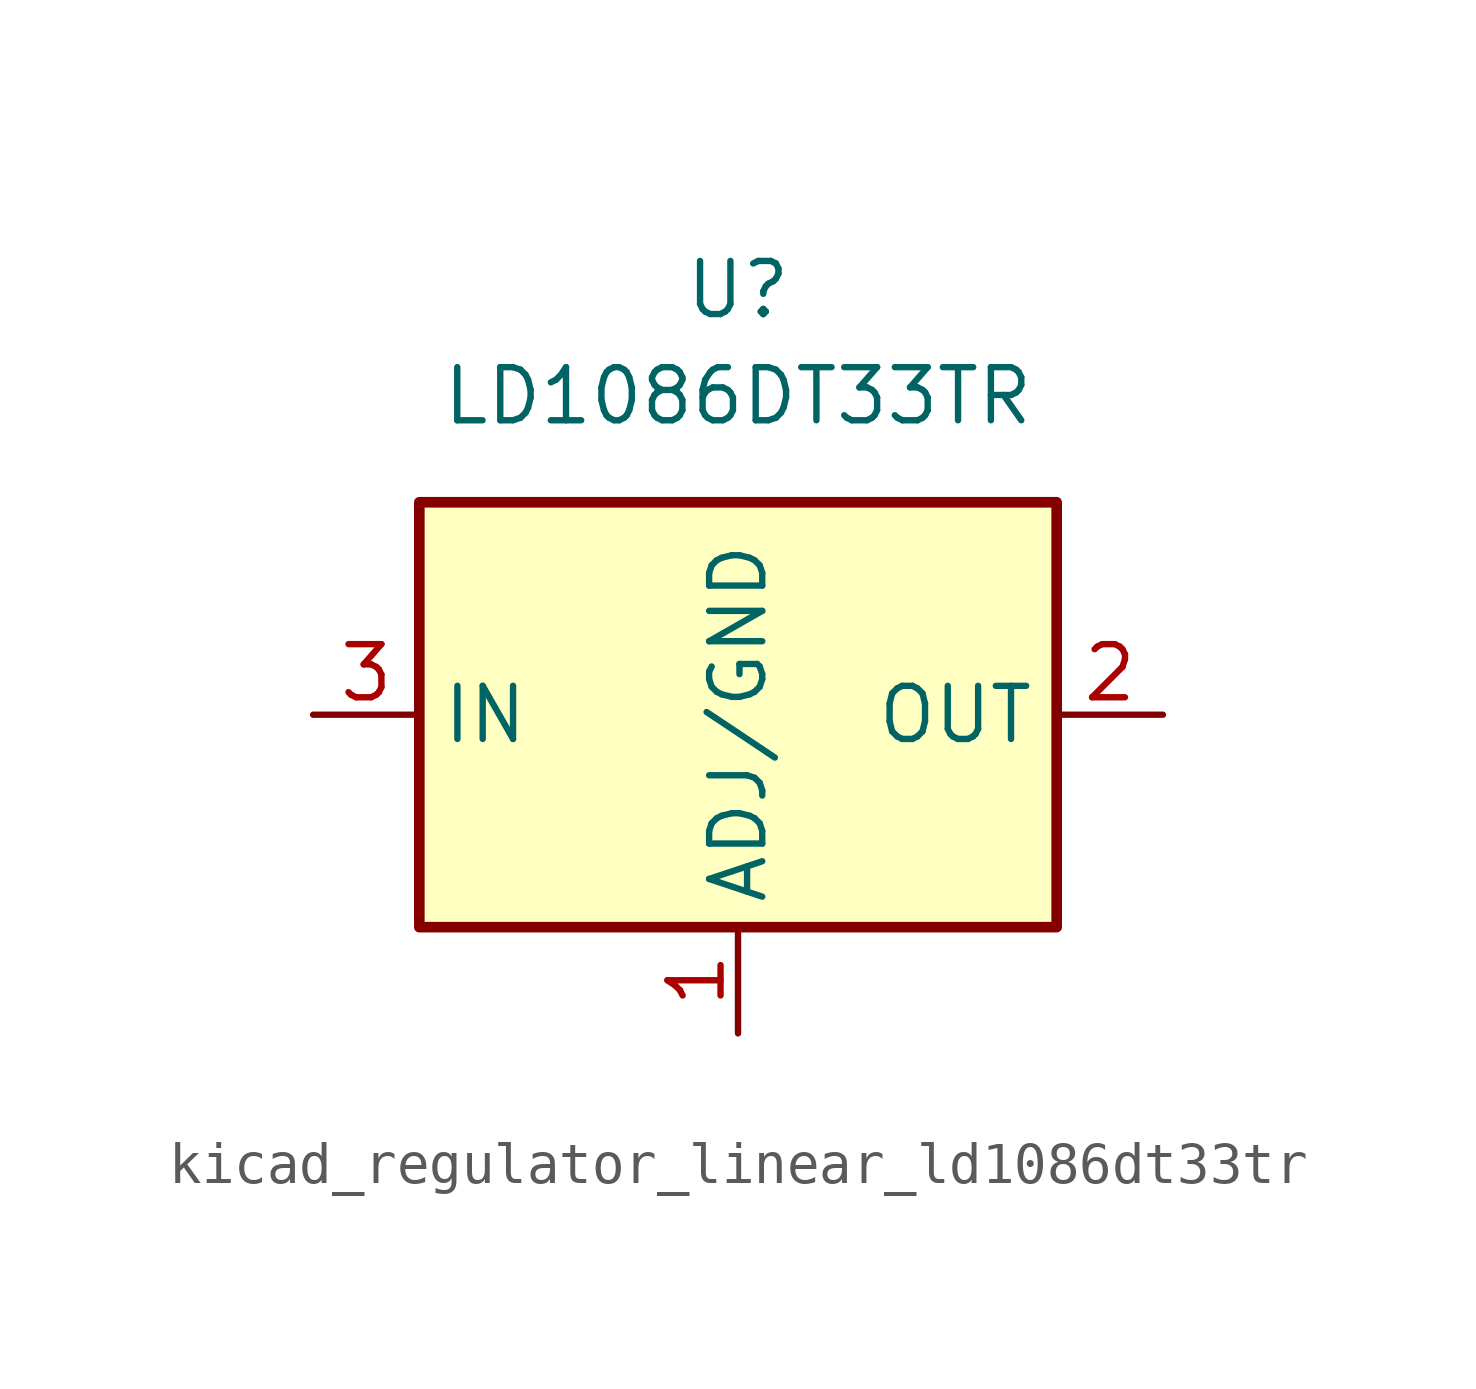
<source format=kicad_sym>
(kicad_symbol_lib
  (version 20220914)
  (generator kicad_symbol_editor)
  (symbol "kicad_regulator_linear_ld1086dt33tr"
    (property "Reference" "U"
      (at 0 10.16 0)
      (effects (font (size 1.27 1.27))))
    (property "Value" "LD1086DT33TR"
      (at 0 7.62 0)
      (effects (font (size 1.27 1.27))))
    (symbol "kicad_regulator_linear_ld1086dt33tr_1_1"
      (rectangle (start -7.62 -5.08) (end 7.62 5.08) (stroke (width 0.254) (type default)) (fill (type background)))
      (pin input line (at 0 -7.62 90) (length 2.54) (name "ADJ/GND" (effects (font (size 1.27 1.27)))) (number "1" (effects (font (size 1.27 1.27)))))
      (pin power_out line (at 10.16 0 180) (length 2.54) (name "OUT" (effects (font (size 1.27 1.27)))) (number "2" (effects (font (size 1.27 1.27)))))
      (pin power_in line (at -10.16 0 0) (length 2.54) (name "IN" (effects (font (size 1.27 1.27)))) (number "3" (effects (font (size 1.27 1.27))))))))
</source>
